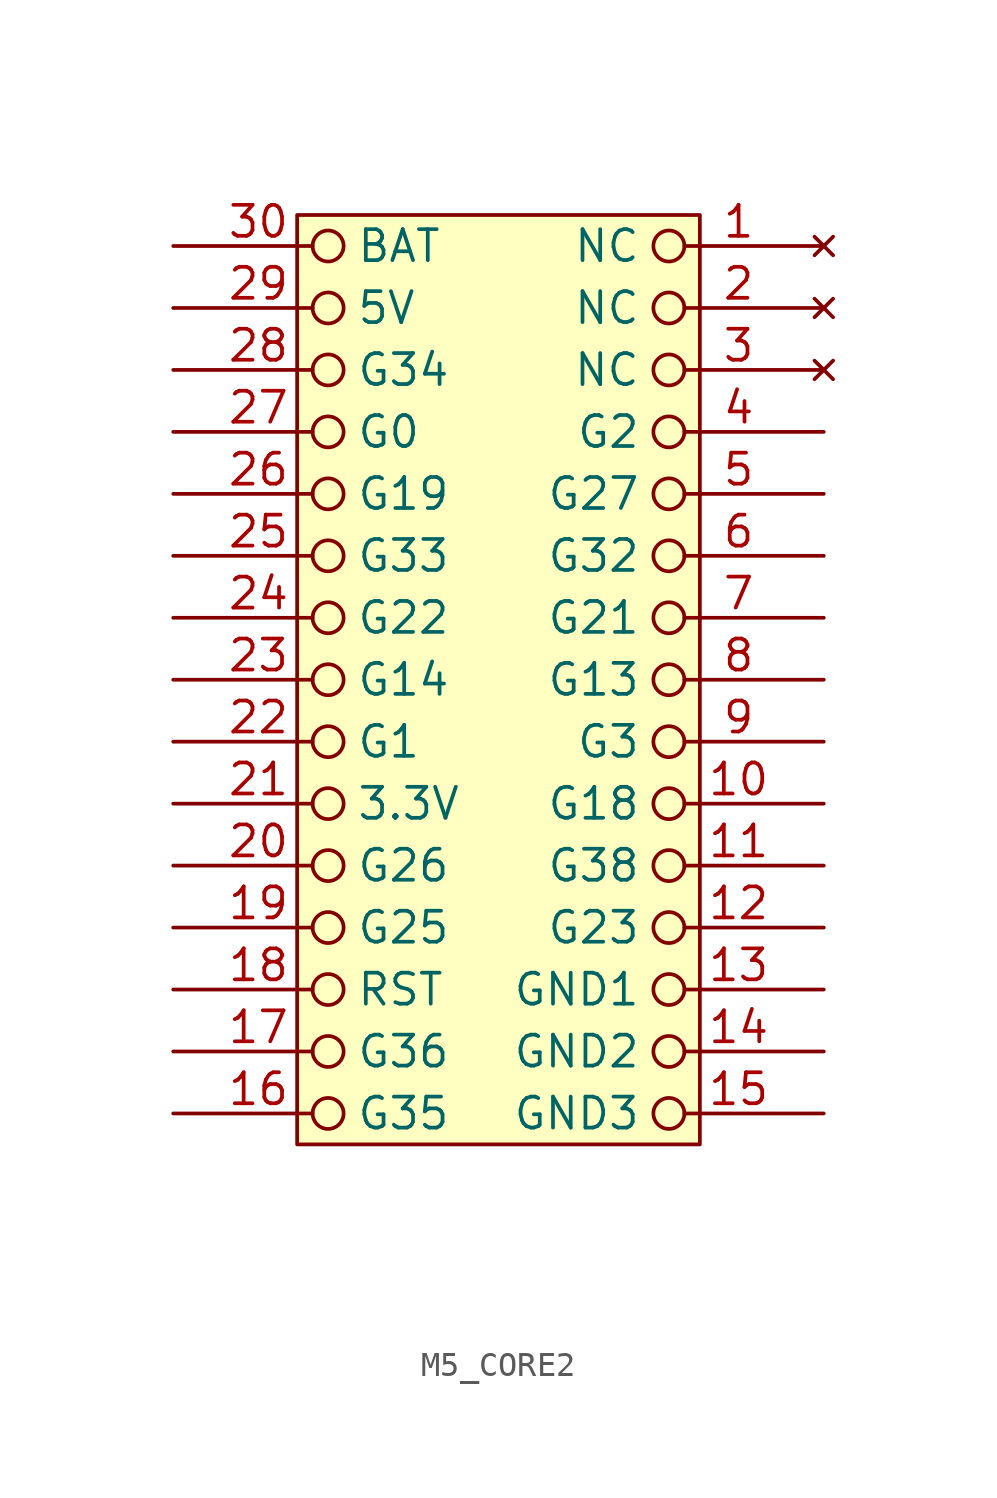
<source format=kicad_sym>
(kicad_symbol_lib
  (version 20231120)
  (generator "kicad_symbol_editor")
  (generator_version "8.0")
  (symbol "M5_CORE2"
    (property "Reference" ""
      (at -9.525 19.685 0)
      (effects (font (size 1.778 1.511)) (justify left bottom) (hide yes)))
    (property "Value" ""
      (at 11.43 -24.13 0)
      (effects (font (size 1.778 1.511)) (justify left bottom)))
    (property "ki_locked" ""
      (at 0 0 0)
      (effects (font (size 1.27 1.27))))
    (symbol "M5_CORE2_1_0"
      (rectangle (start -7.62 17.78) (end 8.89 -20.32) (stroke (width 0) (type default)) (fill (type background)))
      (pin no_connect inverted (at 13.97 16.51 180) (length 6.985) (name "NC" (effects (font (size 1.27 1.27)))) (number "1" (effects (font (size 1.27 1.27)))))
      (pin bidirectional inverted (at 13.97 -6.35 180) (length 6.985) (name "G18" (effects (font (size 1.27 1.27)))) (number "10" (effects (font (size 1.27 1.27)))))
      (pin bidirectional inverted (at 13.97 -8.89 180) (length 6.985) (name "G38" (effects (font (size 1.27 1.27)))) (number "11" (effects (font (size 1.27 1.27)))))
      (pin bidirectional inverted (at 13.97 -11.43 180) (length 6.985) (name "G23" (effects (font (size 1.27 1.27)))) (number "12" (effects (font (size 1.27 1.27)))) (alternate "G23" bidirectional inverted))
      (pin power_in inverted (at 13.97 -13.97 180) (length 6.985) (name "GND1" (effects (font (size 1.27 1.27)))) (number "13" (effects (font (size 1.27 1.27)))))
      (pin power_in inverted (at 13.97 -16.51 180) (length 6.985) (name "GND2" (effects (font (size 1.27 1.27)))) (number "14" (effects (font (size 1.27 1.27)))))
      (pin power_in inverted (at 13.97 -19.05 180) (length 6.985) (name "GND3" (effects (font (size 1.27 1.27)))) (number "15" (effects (font (size 1.27 1.27)))))
      (pin bidirectional inverted (at -12.7 -19.05 0) (length 6.985) (name "G35" (effects (font (size 1.27 1.27)))) (number "16" (effects (font (size 1.27 1.27)))))
      (pin bidirectional inverted (at -12.7 -16.51 0) (length 6.985) (name "G36" (effects (font (size 1.27 1.27)))) (number "17" (effects (font (size 1.27 1.27)))))
      (pin input inverted (at -12.7 -13.97 0) (length 6.985) (name "RST" (effects (font (size 1.27 1.27)))) (number "18" (effects (font (size 1.27 1.27)))))
      (pin bidirectional inverted (at -12.7 -11.43 0) (length 6.985) (name "G25" (effects (font (size 1.27 1.27)))) (number "19" (effects (font (size 1.27 1.27)))))
      (pin no_connect inverted (at 13.97 13.97 180) (length 6.985) (name "NC" (effects (font (size 1.27 1.27)))) (number "2" (effects (font (size 1.27 1.27)))))
      (pin bidirectional inverted (at -12.7 -8.89 0) (length 6.985) (name "G26" (effects (font (size 1.27 1.27)))) (number "20" (effects (font (size 1.27 1.27)))))
      (pin power_out inverted (at -12.7 -6.35 0) (length 6.985) (name "3.3V" (effects (font (size 1.27 1.27)))) (number "21" (effects (font (size 1.27 1.27)))))
      (pin bidirectional inverted (at -12.7 -3.81 0) (length 6.985) (name "G1" (effects (font (size 1.27 1.27)))) (number "22" (effects (font (size 1.27 1.27)))))
      (pin bidirectional inverted (at -12.7 -1.27 0) (length 6.985) (name "G14" (effects (font (size 1.27 1.27)))) (number "23" (effects (font (size 1.27 1.27)))))
      (pin bidirectional inverted (at -12.7 1.27 0) (length 6.985) (name "G22" (effects (font (size 1.27 1.27)))) (number "24" (effects (font (size 1.27 1.27)))))
      (pin bidirectional inverted (at -12.7 3.81 0) (length 6.985) (name "G33" (effects (font (size 1.27 1.27)))) (number "25" (effects (font (size 1.27 1.27)))))
      (pin bidirectional inverted (at -12.7 6.35 0) (length 6.985) (name "G19" (effects (font (size 1.27 1.27)))) (number "26" (effects (font (size 1.27 1.27)))))
      (pin bidirectional inverted (at -12.7 8.89 0) (length 6.985) (name "G0" (effects (font (size 1.27 1.27)))) (number "27" (effects (font (size 1.27 1.27)))))
      (pin bidirectional inverted (at -12.7 11.43 0) (length 6.985) (name "G34" (effects (font (size 1.27 1.27)))) (number "28" (effects (font (size 1.27 1.27)))))
      (pin power_out inverted (at -12.7 13.97 0) (length 6.985) (name "5V" (effects (font (size 1.27 1.27)))) (number "29" (effects (font (size 1.27 1.27)))))
      (pin no_connect inverted (at 13.97 11.43 180) (length 6.985) (name "NC" (effects (font (size 1.27 1.27)))) (number "3" (effects (font (size 1.27 1.27)))))
      (pin power_in inverted (at -12.7 16.51 0) (length 6.985) (name "BAT" (effects (font (size 1.27 1.27)))) (number "30" (effects (font (size 1.27 1.27)))))
      (pin bidirectional inverted (at 13.97 8.89 180) (length 6.985) (name "G2" (effects (font (size 1.27 1.27)))) (number "4" (effects (font (size 1.27 1.27)))))
      (pin bidirectional inverted (at 13.97 6.35 180) (length 6.985) (name "G27" (effects (font (size 1.27 1.27)))) (number "5" (effects (font (size 1.27 1.27)))))
      (pin bidirectional inverted (at 13.97 3.81 180) (length 6.985) (name "G32" (effects (font (size 1.27 1.27)))) (number "6" (effects (font (size 1.27 1.27)))))
      (pin bidirectional inverted (at 13.97 1.27 180) (length 6.985) (name "G21" (effects (font (size 1.27 1.27)))) (number "7" (effects (font (size 1.27 1.27)))))
      (pin bidirectional inverted (at 13.97 -1.27 180) (length 6.985) (name "G13" (effects (font (size 1.27 1.27)))) (number "8" (effects (font (size 1.27 1.27)))))
      (pin bidirectional inverted (at 13.97 -3.81 180) (length 6.985) (name "G3" (effects (font (size 1.27 1.27)))) (number "9" (effects (font (size 1.27 1.27))))))))
</source>
